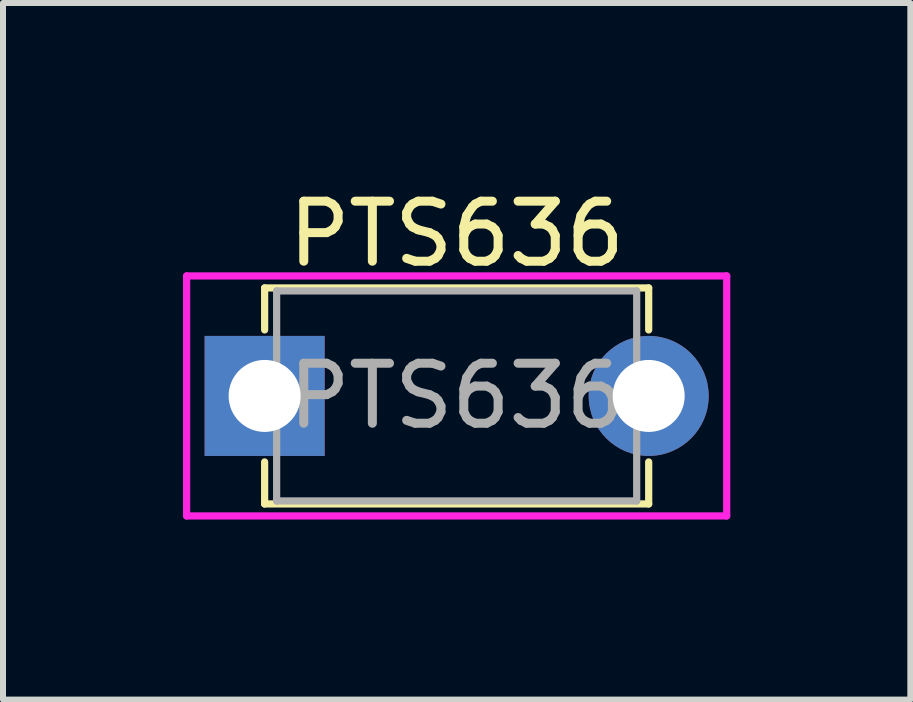
<source format=kicad_pcb>
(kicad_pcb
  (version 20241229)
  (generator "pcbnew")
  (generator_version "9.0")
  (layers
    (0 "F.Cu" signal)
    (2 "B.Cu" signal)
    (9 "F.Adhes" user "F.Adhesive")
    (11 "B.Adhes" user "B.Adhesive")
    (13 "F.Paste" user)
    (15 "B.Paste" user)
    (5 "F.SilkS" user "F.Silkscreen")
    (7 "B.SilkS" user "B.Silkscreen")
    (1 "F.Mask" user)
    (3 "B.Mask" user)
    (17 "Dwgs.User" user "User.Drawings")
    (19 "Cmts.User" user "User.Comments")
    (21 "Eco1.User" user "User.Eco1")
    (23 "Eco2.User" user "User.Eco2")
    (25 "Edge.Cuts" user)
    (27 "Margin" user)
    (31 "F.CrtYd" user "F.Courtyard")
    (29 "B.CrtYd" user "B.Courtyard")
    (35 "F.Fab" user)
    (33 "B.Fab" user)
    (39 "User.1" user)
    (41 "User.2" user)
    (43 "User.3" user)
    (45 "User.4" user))
  (footprint "PTS636"
    (layer "F.Cu")
    (at 4.56 3.548)
    (property "Reference" "PTS636" (at 0 -2.7 0) (layer "F.SilkS") (effects (font (size 1 1) (thickness 0.15))))
    (attr through_hole)
    (fp_line (start -3.2 -1.8) (end 3.2 -1.8) (stroke (width 0.12) (type solid)) (layer "F.SilkS"))
    (fp_line (start -3.2 -1.1) (end -3.2 -1.8) (stroke (width 0.12) (type solid)) (layer "F.SilkS"))
    (fp_line (start -3.2 1.8) (end -3.2 1.1) (stroke (width 0.12) (type solid)) (layer "F.SilkS"))
    (fp_line (start 3.2 -1.8) (end 3.2 -1.1) (stroke (width 0.12) (type solid)) (layer "F.SilkS"))
    (fp_line (start 3.2 1.1) (end 3.2 1.8) (stroke (width 0.12) (type solid)) (layer "F.SilkS"))
    (fp_line (start 3.2 1.8) (end -3.2 1.8) (stroke (width 0.12) (type solid)) (layer "F.SilkS"))
    (fp_line (start -4.5 -2) (end 4.5 -2) (stroke (width 0.12) (type solid)) (layer "F.CrtYd"))
    (fp_line (start -4.5 2) (end -4.5 -2) (stroke (width 0.12) (type solid)) (layer "F.CrtYd"))
    (fp_line (start 4.5 -2) (end 4.5 2) (stroke (width 0.12) (type solid)) (layer "F.CrtYd"))
    (fp_line (start 4.5 2) (end -4.5 2) (stroke (width 0.12) (type solid)) (layer "F.CrtYd"))
    (fp_line (start -3 -1.75) (end -3 1.75) (stroke (width 0.12) (type solid)) (layer "F.Fab"))
    (fp_line (start -3 1.75) (end 3 1.75) (stroke (width 0.12) (type solid)) (layer "F.Fab"))
    (fp_line (start 3 -1.75) (end -3 -1.75) (stroke (width 0.12) (type solid)) (layer "F.Fab"))
    (fp_line (start 3 1.75) (end 3 -1.75) (stroke (width 0.12) (type solid)) (layer "F.Fab"))
    (fp_text user "${REFERENCE}" (at 0 0 0) (layer "F.Fab") (effects (font (size 1 1) (thickness 0.15))))
    (pad "1" thru_hole rect (at -3.2 0) (size 2 2) (drill 1.2) (layers "*.Cu" "*.Mask"))
    (pad "2" thru_hole circle (at 3.2 0) (size 2 2) (drill 1.2) (layers "*.Cu" "*.Mask")))
  (gr_rect
    (start -3 -3)
    (end 12.12 8.608)
    (stroke (width 0.1) (type default))
    (fill no)
    (layer "Edge.Cuts")))
</source>
